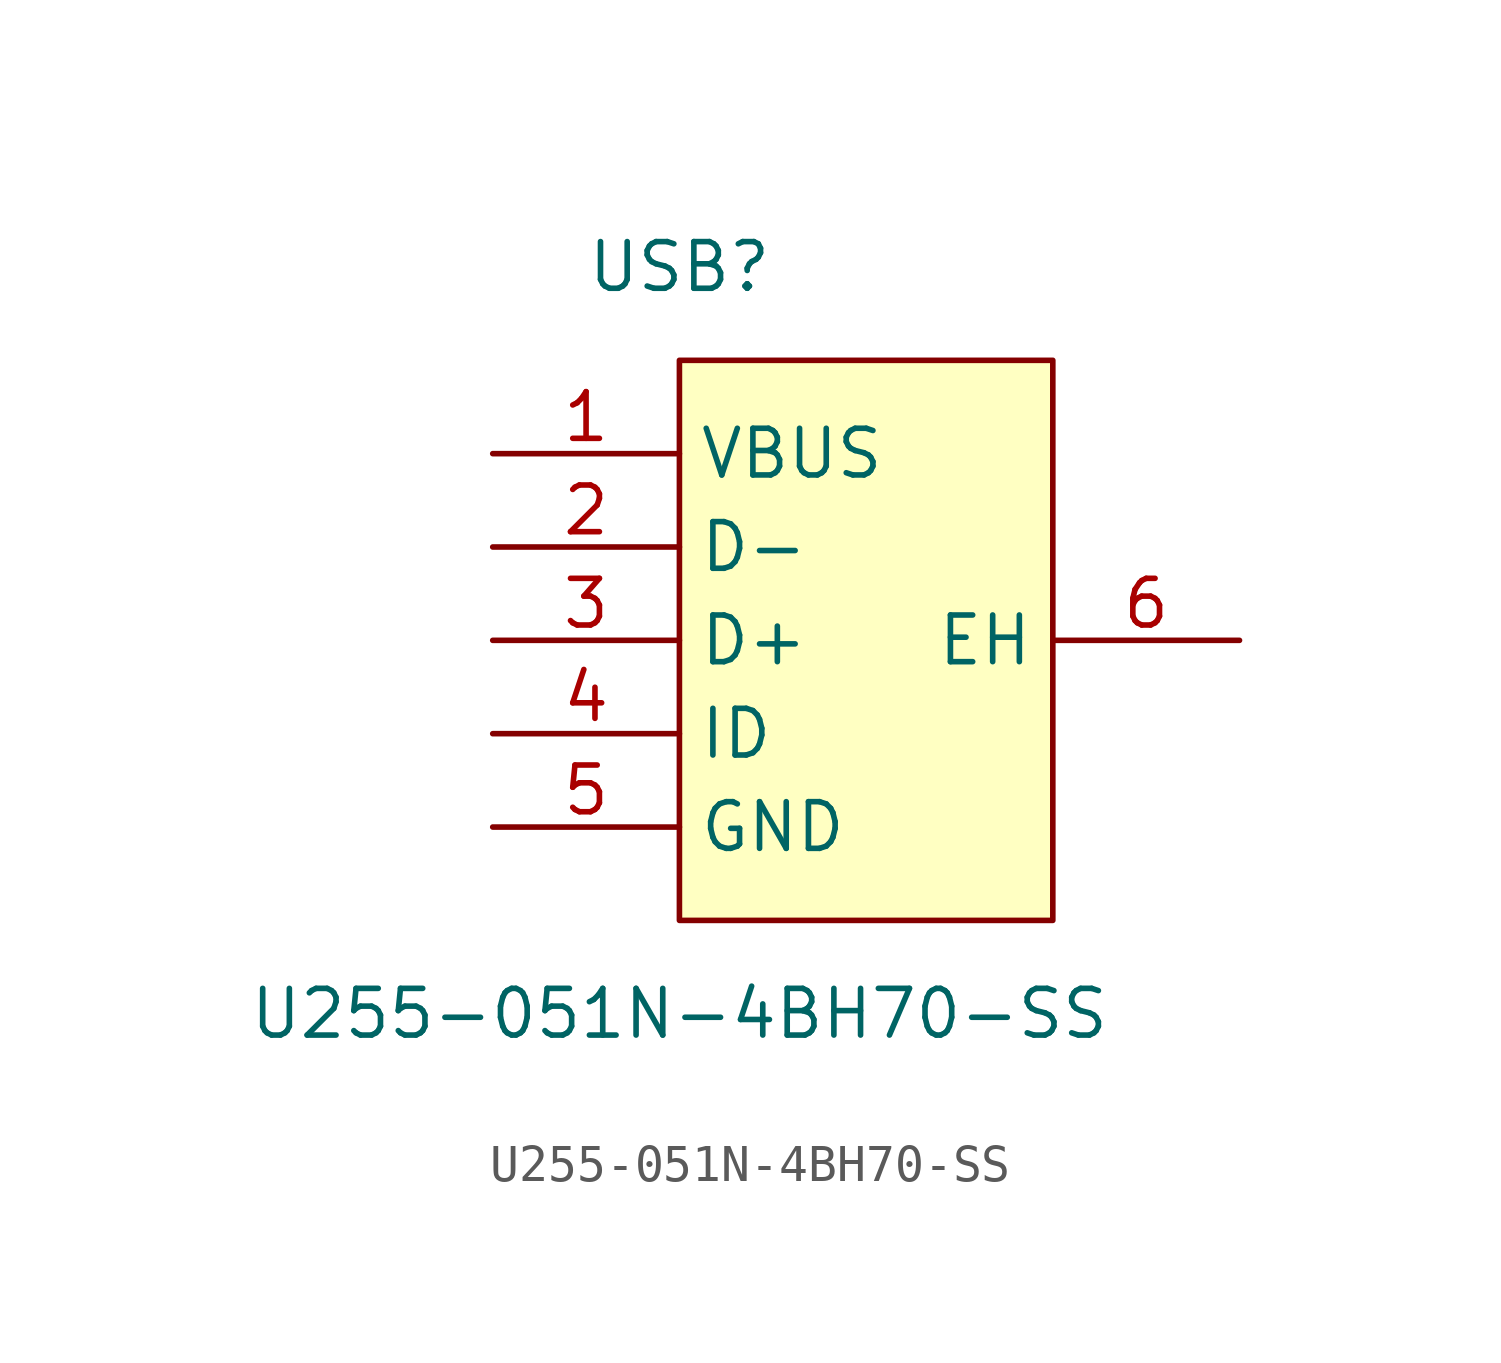
<source format=kicad_sym>
(kicad_symbol_lib
  (version 20211014)
  (generator https://github.com/uPesy/easyeda2kicad.py)
  (symbol "U255-051N-4BH70-SS"
    (property "Reference" "USB"
      (at 0 10.16 0)
      (effects (font (size 1.27 1.27))))
    (property "Value" "U255-051N-4BH70-SS"
      (at 0 -10.16 0)
      (effects (font (size 1.27 1.27))))
    (symbol "U255-051N-4BH70-SS_0_1"
      (rectangle (start 0.00 7.62) (end 10.16 -7.62) (stroke (width 0) (type default) (color 0 0 0 0)) (fill (type background)))
      (pin unspecified line (at 15.24 -0.00 180) (length 5.08) (name "EH" (effects (font (size 1.27 1.27)))) (number "6" (effects (font (size 1.27 1.27)))))
      (pin unspecified line (at -5.08 -5.08 0) (length 5.08) (name "GND" (effects (font (size 1.27 1.27)))) (number "5" (effects (font (size 1.27 1.27)))))
      (pin unspecified line (at -5.08 -2.54 0) (length 5.08) (name "ID" (effects (font (size 1.27 1.27)))) (number "4" (effects (font (size 1.27 1.27)))))
      (pin unspecified line (at -5.08 -0.00 0) (length 5.08) (name "D+" (effects (font (size 1.27 1.27)))) (number "3" (effects (font (size 1.27 1.27)))))
      (pin unspecified line (at -5.08 2.54 0) (length 5.08) (name "D-" (effects (font (size 1.27 1.27)))) (number "2" (effects (font (size 1.27 1.27)))))
      (pin unspecified line (at -5.08 5.08 0) (length 5.08) (name "VBUS" (effects (font (size 1.27 1.27)))) (number "1" (effects (font (size 1.27 1.27))))))))
</source>
